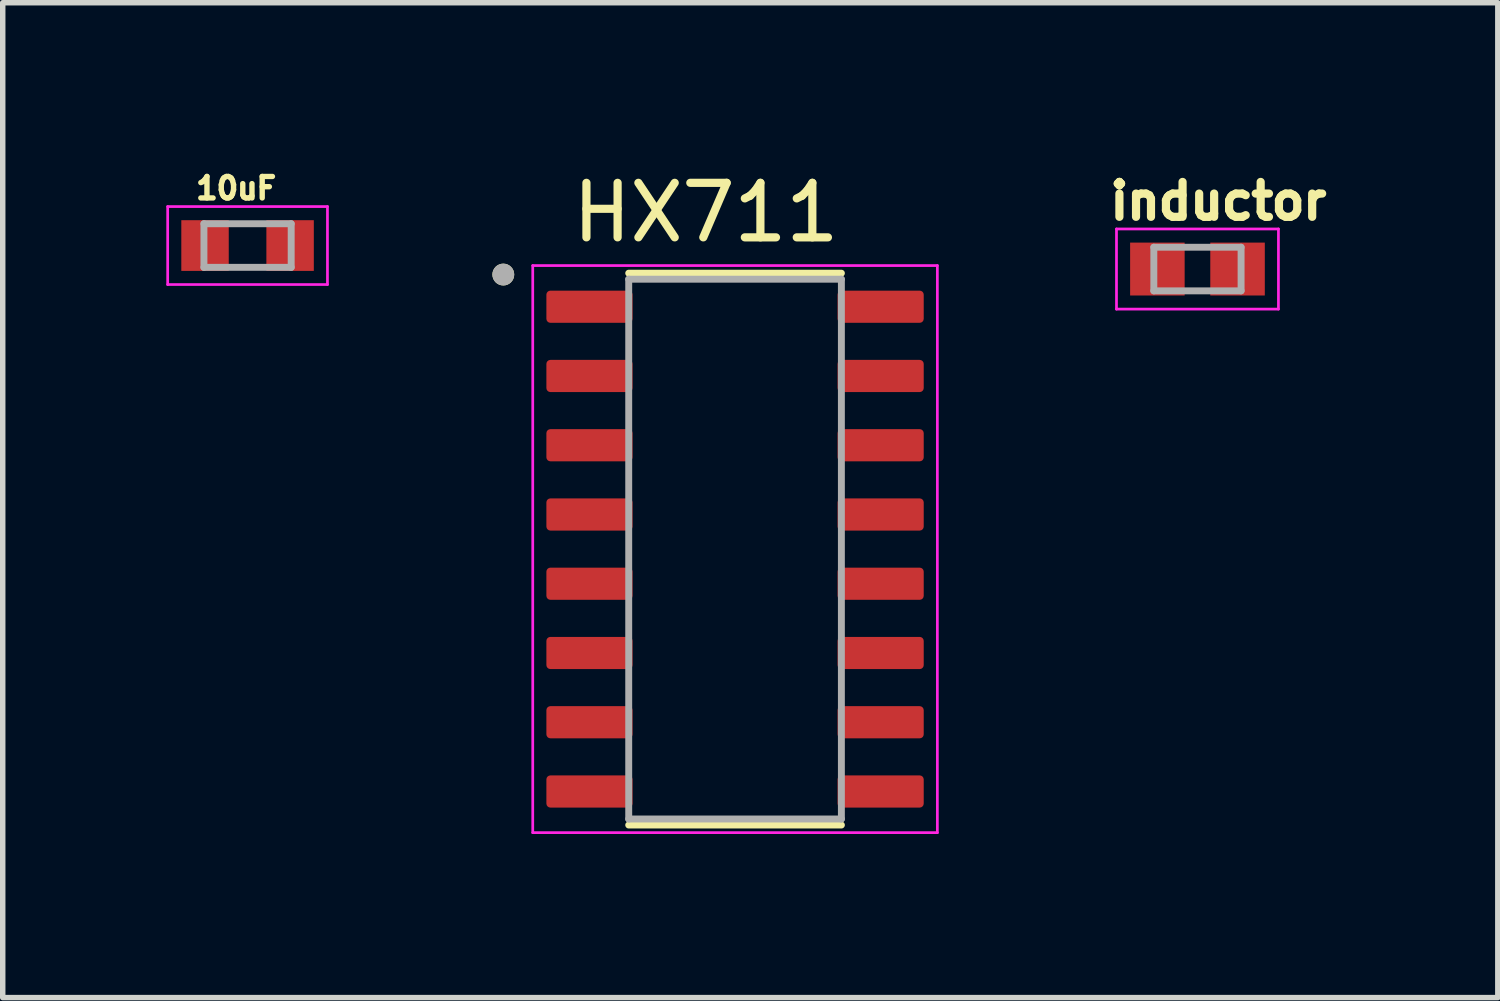
<source format=kicad_pcb>
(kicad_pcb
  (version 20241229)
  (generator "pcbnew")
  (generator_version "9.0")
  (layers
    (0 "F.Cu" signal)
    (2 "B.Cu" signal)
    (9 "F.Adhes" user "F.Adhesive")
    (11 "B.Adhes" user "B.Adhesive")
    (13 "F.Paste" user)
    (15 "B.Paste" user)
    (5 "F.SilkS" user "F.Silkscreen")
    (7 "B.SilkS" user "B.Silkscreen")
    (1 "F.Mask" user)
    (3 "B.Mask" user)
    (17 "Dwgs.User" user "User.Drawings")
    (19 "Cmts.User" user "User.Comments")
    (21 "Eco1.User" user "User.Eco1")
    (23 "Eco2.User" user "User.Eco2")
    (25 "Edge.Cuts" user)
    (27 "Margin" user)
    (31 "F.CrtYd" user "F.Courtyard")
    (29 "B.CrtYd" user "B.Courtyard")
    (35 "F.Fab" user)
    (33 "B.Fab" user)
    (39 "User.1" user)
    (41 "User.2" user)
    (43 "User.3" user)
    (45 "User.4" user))
  (footprint "inductor"
    (layer "F.Cu")
    (at 18.91 1.884)
    (property "Reference" "inductor" (at 0.382 -1.246 0) (layer "F.SilkS") (effects (font (size 0.64 0.64) (thickness 0.15))))
    (attr smd)
    (fp_line (start -1.485 -0.735) (end 1.485 -0.735) (stroke (width 0.05) (type solid)) (layer "F.CrtYd"))
    (fp_line (start -1.485 0.735) (end -1.485 -0.735) (stroke (width 0.05) (type solid)) (layer "F.CrtYd"))
    (fp_line (start 1.485 -0.735) (end 1.485 0.735) (stroke (width 0.05) (type solid)) (layer "F.CrtYd"))
    (fp_line (start 1.485 0.735) (end -1.485 0.735) (stroke (width 0.05) (type solid)) (layer "F.CrtYd"))
    (fp_line (start -0.8 -0.4) (end 0.8 -0.4) (stroke (width 0.127) (type solid)) (layer "F.Fab"))
    (fp_line (start -0.8 0.4) (end -0.8 -0.4) (stroke (width 0.127) (type solid)) (layer "F.Fab"))
    (fp_line (start 0.8 -0.4) (end 0.8 0.4) (stroke (width 0.127) (type solid)) (layer "F.Fab"))
    (fp_line (start 0.8 0.4) (end -0.8 0.4) (stroke (width 0.127) (type solid)) (layer "F.Fab"))
    (pad "1" smd rect (at -0.735 0) (size 1 0.97) (layers "F.Cu" "F.Mask" "F.Paste"))
    (pad "2" smd rect (at 0.735 0) (size 1 0.97) (layers "F.Cu" "F.Mask" "F.Paste")))
  (footprint "HX711"
    (layer "F.Cu")
    (at 10.43 7.02)
    (property "Reference" "HX711" (at -0.535 -6.172 0) (layer "F.SilkS") (effects (font (size 1 1) (thickness 0.15))))
    (attr smd)
    (fp_line (start -1.95 -5.06) (end 1.95 -5.06) (stroke (width 0.127) (type solid)) (layer "F.SilkS"))
    (fp_line (start -1.95 5.06) (end 1.95 5.06) (stroke (width 0.127) (type solid)) (layer "F.SilkS"))
    (fp_circle (center -4.25 -5.035) (end -4.15 -5.035) (stroke (width 0.2) (type solid)) (fill no) (layer "F.SilkS"))
    (fp_line (start -3.71 -5.2) (end -3.71 5.2) (stroke (width 0.05) (type solid)) (layer "F.CrtYd"))
    (fp_line (start -3.71 -5.2) (end 3.71 -5.2) (stroke (width 0.05) (type solid)) (layer "F.CrtYd"))
    (fp_line (start -3.71 5.2) (end 3.71 5.2) (stroke (width 0.05) (type solid)) (layer "F.CrtYd"))
    (fp_line (start 3.71 -5.2) (end 3.71 5.2) (stroke (width 0.05) (type solid)) (layer "F.CrtYd"))
    (fp_line (start -1.95 -4.95) (end -1.95 4.95) (stroke (width 0.127) (type solid)) (layer "F.Fab"))
    (fp_line (start -1.95 -4.95) (end 1.95 -4.95) (stroke (width 0.127) (type solid)) (layer "F.Fab"))
    (fp_line (start -1.95 4.95) (end 1.95 4.95) (stroke (width 0.127) (type solid)) (layer "F.Fab"))
    (fp_line (start 1.95 -4.95) (end 1.95 4.95) (stroke (width 0.127) (type solid)) (layer "F.Fab"))
    (fp_circle (center -4.25 -5.035) (end -4.15 -5.035) (stroke (width 0.2) (type solid)) (fill no) (layer "F.Fab"))
    (pad "1" smd roundrect (at -2.67 -4.445) (size 1.58 0.59) (layers "F.Cu" "F.Mask" "F.Paste") (roundrect_rratio 0.125))
    (pad "2" smd roundrect (at -2.67 -3.175) (size 1.58 0.59) (layers "F.Cu" "F.Mask" "F.Paste") (roundrect_rratio 0.125))
    (pad "3" smd roundrect (at -2.67 -1.905) (size 1.58 0.59) (layers "F.Cu" "F.Mask" "F.Paste") (roundrect_rratio 0.125))
    (pad "4" smd roundrect (at -2.67 -0.635) (size 1.58 0.59) (layers "F.Cu" "F.Mask" "F.Paste") (roundrect_rratio 0.125))
    (pad "5" smd roundrect (at -2.67 0.635) (size 1.58 0.59) (layers "F.Cu" "F.Mask" "F.Paste") (roundrect_rratio 0.125))
    (pad "6" smd roundrect (at -2.67 1.905) (size 1.58 0.59) (layers "F.Cu" "F.Mask" "F.Paste") (roundrect_rratio 0.125))
    (pad "7" smd roundrect (at -2.67 3.175) (size 1.58 0.59) (layers "F.Cu" "F.Mask" "F.Paste") (roundrect_rratio 0.125))
    (pad "8" smd roundrect (at -2.67 4.445) (size 1.58 0.59) (layers "F.Cu" "F.Mask" "F.Paste") (roundrect_rratio 0.125))
    (pad "9" smd roundrect (at 2.67 4.445) (size 1.58 0.59) (layers "F.Cu" "F.Mask" "F.Paste") (roundrect_rratio 0.125))
    (pad "10" smd roundrect (at 2.67 3.175) (size 1.58 0.59) (layers "F.Cu" "F.Mask" "F.Paste") (roundrect_rratio 0.125))
    (pad "11" smd roundrect (at 2.67 1.905) (size 1.58 0.59) (layers "F.Cu" "F.Mask" "F.Paste") (roundrect_rratio 0.125))
    (pad "12" smd roundrect (at 2.67 0.635) (size 1.58 0.59) (layers "F.Cu" "F.Mask" "F.Paste") (roundrect_rratio 0.125))
    (pad "13" smd roundrect (at 2.67 -0.635) (size 1.58 0.59) (layers "F.Cu" "F.Mask" "F.Paste") (roundrect_rratio 0.125))
    (pad "14" smd roundrect (at 2.67 -1.905) (size 1.58 0.59) (layers "F.Cu" "F.Mask" "F.Paste") (roundrect_rratio 0.125))
    (pad "15" smd roundrect (at 2.67 -3.175) (size 1.58 0.59) (layers "F.Cu" "F.Mask" "F.Paste") (roundrect_rratio 0.125))
    (pad "16" smd roundrect (at 2.67 -4.445) (size 1.58 0.59) (layers "F.Cu" "F.Mask" "F.Paste") (roundrect_rratio 0.125)))
  (footprint "10uF"
    (layer "F.Cu")
    (at 1.49 1.453)
    (property "Reference" "10uF" (at -0.21 -1.05 0) (layer "F.SilkS") (effects (font (size 0.394 0.394) (thickness 0.15))))
    (attr smd)
    (fp_line (start -1.465 -0.715) (end 1.465 -0.715) (stroke (width 0.05) (type solid)) (layer "F.CrtYd"))
    (fp_line (start -1.465 0.715) (end -1.465 -0.715) (stroke (width 0.05) (type solid)) (layer "F.CrtYd"))
    (fp_line (start -1.465 0.715) (end 1.465 0.715) (stroke (width 0.05) (type solid)) (layer "F.CrtYd"))
    (fp_line (start 1.465 0.715) (end 1.465 -0.715) (stroke (width 0.05) (type solid)) (layer "F.CrtYd"))
    (fp_line (start -0.8 0.4) (end -0.8 -0.4) (stroke (width 0.127) (type solid)) (layer "F.Fab"))
    (fp_line (start 0.8 -0.4) (end -0.8 -0.4) (stroke (width 0.127) (type solid)) (layer "F.Fab"))
    (fp_line (start 0.8 0.4) (end -0.8 0.4) (stroke (width 0.127) (type solid)) (layer "F.Fab"))
    (fp_line (start 0.8 0.4) (end 0.8 -0.4) (stroke (width 0.127) (type solid)) (layer "F.Fab"))
    (pad "1" smd rect (at -0.78 0) (size 0.87 0.93) (layers "F.Cu" "F.Mask" "F.Paste"))
    (pad "2" smd rect (at 0.78 0) (size 0.87 0.93) (layers "F.Cu" "F.Mask" "F.Paste")))
  (gr_rect
    (start -3 -3)
    (end 24.418 15.245)
    (stroke (width 0.1) (type default))
    (fill no)
    (layer "Edge.Cuts")))
</source>
